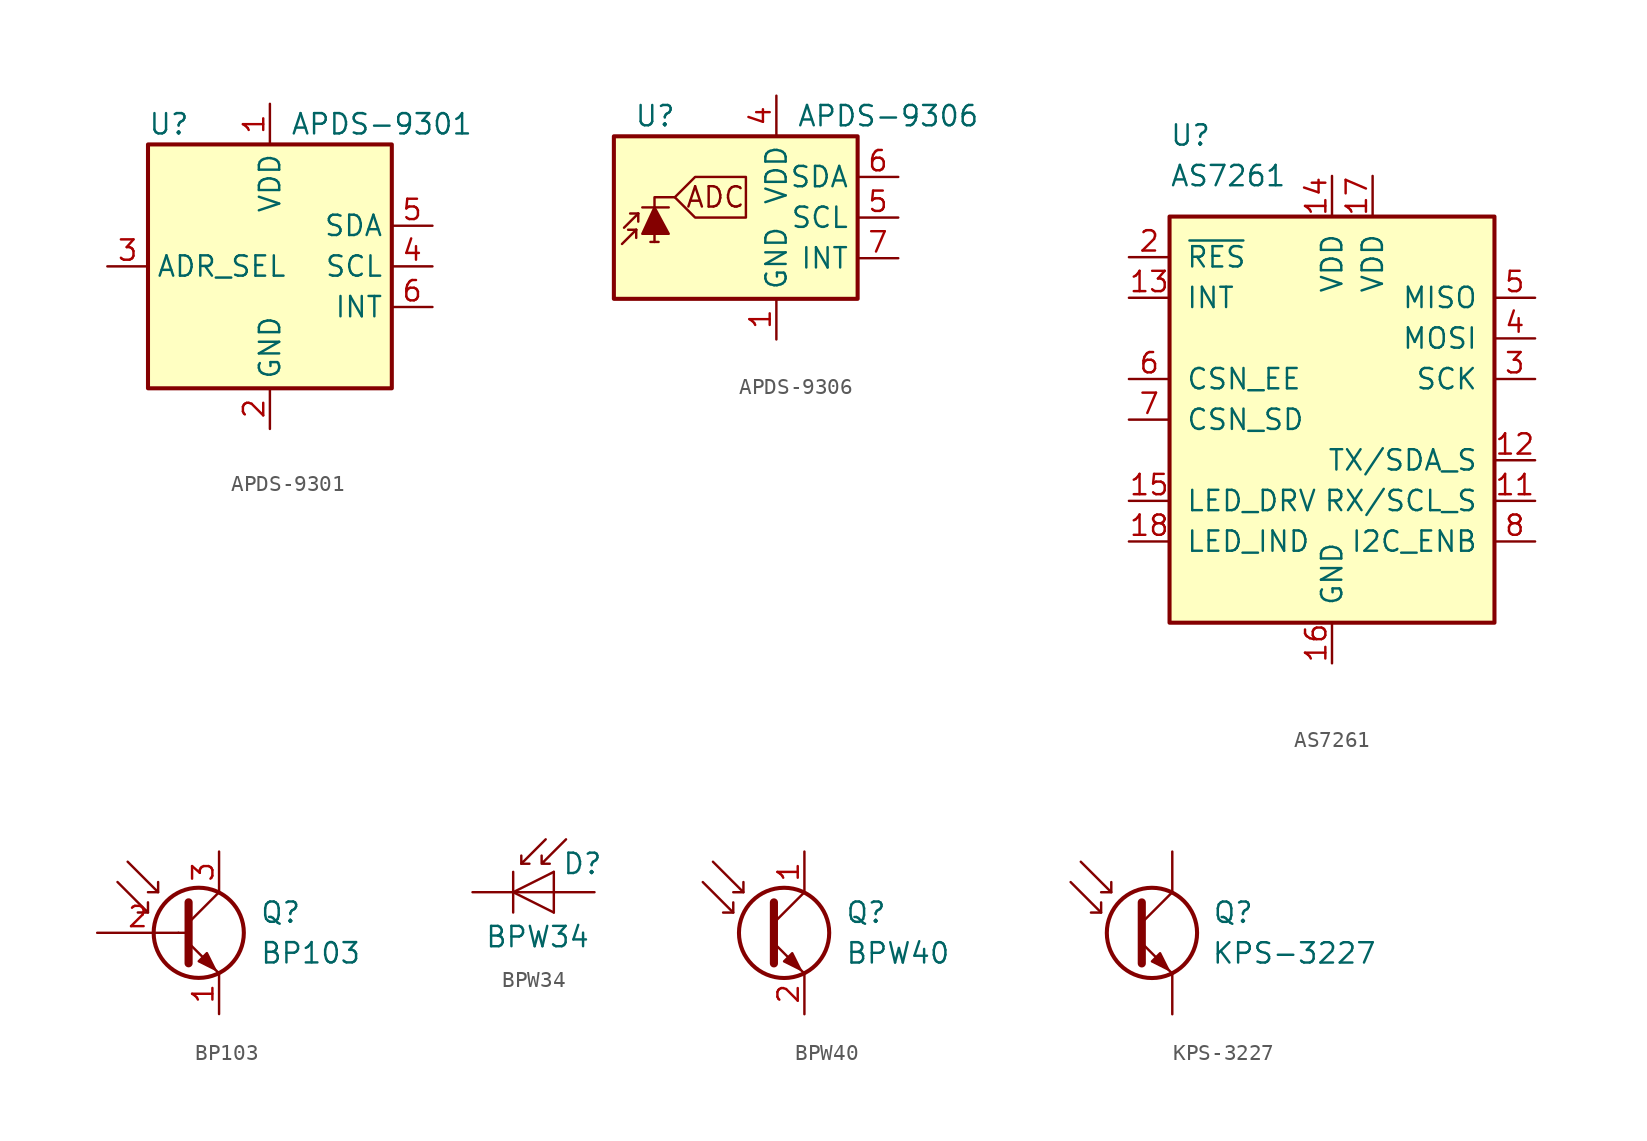
<source format=kicad_sym>
(kicad_symbol_lib
  (version 20231120)
  (generator "kicad_symbol_editor")
  (generator_version "8.0")
  (symbol "APDS-9301"
    (property "Reference" "U"
      (at -7.62 8.89 0)
      (effects (font (size 1.27 1.27)) (justify left)))
    (property "Value" "APDS-9301"
      (at 1.27 8.89 0)
      (effects (font (size 1.27 1.27)) (justify left)))
    (symbol "APDS-9301_0_1"
      (rectangle (start -7.62 7.62) (end 7.62 -7.62) (stroke (width 0.254) (type default)) (fill (type background))))
    (symbol "APDS-9301_1_1"
      (pin power_in line (at 0 10.16 270) (length 2.54) (name "VDD" (effects (font (size 1.27 1.27)))) (number "1" (effects (font (size 1.27 1.27)))))
      (pin power_in line (at 0 -10.16 90) (length 2.54) (name "GND" (effects (font (size 1.27 1.27)))) (number "2" (effects (font (size 1.27 1.27)))))
      (pin input line (at -10.16 0 0) (length 2.54) (name "ADR_SEL" (effects (font (size 1.27 1.27)))) (number "3" (effects (font (size 1.27 1.27)))))
      (pin input line (at 10.16 0 180) (length 2.54) (name "SCL" (effects (font (size 1.27 1.27)))) (number "4" (effects (font (size 1.27 1.27)))))
      (pin bidirectional line (at 10.16 2.54 180) (length 2.54) (name "SDA" (effects (font (size 1.27 1.27)))) (number "5" (effects (font (size 1.27 1.27)))))
      (pin open_collector line (at 10.16 -2.54 180) (length 2.54) (name "INT" (effects (font (size 1.27 1.27)))) (number "6" (effects (font (size 1.27 1.27)))))))
  (symbol "APDS-9306"
    (property "Reference" "U"
      (at -6.35 6.35 0)
      (effects (font (size 1.27 1.27)) (justify left)))
    (property "Value" "APDS-9306"
      (at 3.81 6.35 0)
      (effects (font (size 1.27 1.27)) (justify left)))
    (symbol "APDS-9306_0_0"
      (polyline (pts (xy -3.81 1.27) (xy -2.54 2.54) (xy 0.635 2.54) (xy 0.635 0) (xy -2.54 0) (xy -3.81 1.27)) (stroke (width 0) (type default)) (fill (type none)))
      (text "ADC" (at -1.27 1.27 0) (effects (font (size 1.27 1.27)))))
    (symbol "APDS-9306_0_1"
      (rectangle (start -7.62 5.08) (end 7.62 -5.08) (stroke (width 0.254) (type default)) (fill (type background))))
    (symbol "APDS-9306_1_0"
      (polyline (pts (xy -5.08 -1.524) (xy -5.08 1.27) (xy -3.81 1.27)) (stroke (width 0) (type default)) (fill (type none))))
    (symbol "APDS-9306_1_1"
      (polyline (pts (xy -6.223 -0.762) (xy -7.112 -1.651)) (stroke (width 0) (type default)) (fill (type none)))
      (polyline (pts (xy -6.223 -0.762) (xy -6.731 -0.762)) (stroke (width 0) (type default)) (fill (type none)))
      (polyline (pts (xy -6.223 -0.762) (xy -6.223 -1.27)) (stroke (width 0) (type default)) (fill (type none)))
      (polyline (pts (xy -6.096 0.254) (xy -6.985 -0.635)) (stroke (width 0) (type default)) (fill (type none)))
      (polyline (pts (xy -6.096 0.254) (xy -6.604 0.254)) (stroke (width 0) (type default)) (fill (type none)))
      (polyline (pts (xy -6.096 0.254) (xy -6.096 -0.254)) (stroke (width 0) (type default)) (fill (type none)))
      (polyline (pts (xy -5.842 0.635) (xy -4.191 0.635)) (stroke (width 0) (type default)) (fill (type none)))
      (polyline (pts (xy -4.826 -1.524) (xy -5.334 -1.524)) (stroke (width 0) (type default)) (fill (type none)))
      (polyline (pts (xy -5.842 -1.016) (xy -4.191 -1.016) (xy -5.08 0.635) (xy -5.842 -1.016)) (stroke (width 0) (type default)) (fill (type outline)))
      (pin power_in line (at 2.54 -7.62 90) (length 2.54) (name "GND" (effects (font (size 1.27 1.27)))) (number "1" (effects (font (size 1.27 1.27)))))
      (pin no_connect line (at -7.62 -5.08 0) (length 2.54) hide (name "NC" (effects (font (size 1.27 1.27)))) (number "2" (effects (font (size 1.27 1.27)))))
      (pin no_connect line (at -7.62 5.08 0) (length 2.54) hide (name "NC" (effects (font (size 1.27 1.27)))) (number "3" (effects (font (size 1.27 1.27)))))
      (pin power_in line (at 2.54 7.62 270) (length 2.54) (name "VDD" (effects (font (size 1.27 1.27)))) (number "4" (effects (font (size 1.27 1.27)))))
      (pin input line (at 10.16 0 180) (length 2.54) (name "SCL" (effects (font (size 1.27 1.27)))) (number "5" (effects (font (size 1.27 1.27)))))
      (pin bidirectional line (at 10.16 2.54 180) (length 2.54) (name "SDA" (effects (font (size 1.27 1.27)))) (number "6" (effects (font (size 1.27 1.27)))))
      (pin open_collector line (at 10.16 -2.54 180) (length 2.54) (name "INT" (effects (font (size 1.27 1.27)))) (number "7" (effects (font (size 1.27 1.27)))))
      (pin no_connect line (at -7.62 2.54 0) (length 2.54) hide (name "NC" (effects (font (size 1.27 1.27)))) (number "8" (effects (font (size 1.27 1.27)))))))
  (symbol "AS7261"
    (pin_names
      (offset 1.016))
    (property "Reference" "U"
      (at -10.16 17.78 0)
      (effects (font (size 1.27 1.27)) (justify left)))
    (property "Value" "AS7261"
      (at -10.16 15.24 0)
      (effects (font (size 1.27 1.27)) (justify left)))
    (symbol "AS7261_0_1"
      (rectangle (start -10.16 12.7) (end 10.16 -12.7) (stroke (width 0.254) (type default)) (fill (type background))))
    (symbol "AS7261_1_1"
      (pin no_connect line (at 10.16 10.16 180) (length 2.54) hide (name "NF" (effects (font (size 1.27 1.27)))) (number "1" (effects (font (size 1.27 1.27)))))
      (pin no_connect line (at -12.7 5.08 0) (length 2.54) hide (name "NF" (effects (font (size 1.27 1.27)))) (number "10" (effects (font (size 1.27 1.27)))))
      (pin input line (at 12.7 -5.08 180) (length 2.54) (name "RX/SCL_S" (effects (font (size 1.27 1.27)))) (number "11" (effects (font (size 1.27 1.27)))))
      (pin bidirectional line (at 12.7 -2.54 180) (length 2.54) (name "TX/SDA_S" (effects (font (size 1.27 1.27)))) (number "12" (effects (font (size 1.27 1.27)))))
      (pin input line (at -12.7 7.62 0) (length 2.54) (name "INT" (effects (font (size 1.27 1.27)))) (number "13" (effects (font (size 1.27 1.27)))))
      (pin power_in line (at 0 15.24 270) (length 2.54) (name "VDD" (effects (font (size 1.27 1.27)))) (number "14" (effects (font (size 1.27 1.27)))))
      (pin output line (at -12.7 -5.08 0) (length 2.54) (name "LED_DRV" (effects (font (size 1.27 1.27)))) (number "15" (effects (font (size 1.27 1.27)))))
      (pin power_in line (at 0 -15.24 90) (length 2.54) (name "GND" (effects (font (size 1.27 1.27)))) (number "16" (effects (font (size 1.27 1.27)))))
      (pin power_in line (at 2.54 15.24 270) (length 2.54) (name "VDD" (effects (font (size 1.27 1.27)))) (number "17" (effects (font (size 1.27 1.27)))))
      (pin output line (at -12.7 -7.62 0) (length 2.54) (name "LED_IND" (effects (font (size 1.27 1.27)))) (number "18" (effects (font (size 1.27 1.27)))))
      (pin no_connect line (at -10.16 -2.54 0) (length 2.54) hide (name "NF" (effects (font (size 1.27 1.27)))) (number "19" (effects (font (size 1.27 1.27)))))
      (pin input line (at -12.7 10.16 0) (length 2.54) (name "~{RES}" (effects (font (size 1.27 1.27)))) (number "2" (effects (font (size 1.27 1.27)))))
      (pin no_connect line (at -10.16 -10.16 0) (length 2.54) hide (name "NF" (effects (font (size 1.27 1.27)))) (number "20" (effects (font (size 1.27 1.27)))))
      (pin input line (at 12.7 2.54 180) (length 2.54) (name "SCK" (effects (font (size 1.27 1.27)))) (number "3" (effects (font (size 1.27 1.27)))))
      (pin bidirectional line (at 12.7 5.08 180) (length 2.54) (name "MOSI" (effects (font (size 1.27 1.27)))) (number "4" (effects (font (size 1.27 1.27)))))
      (pin bidirectional line (at 12.7 7.62 180) (length 2.54) (name "MISO" (effects (font (size 1.27 1.27)))) (number "5" (effects (font (size 1.27 1.27)))))
      (pin input line (at -12.7 2.54 0) (length 2.54) (name "CSN_EE" (effects (font (size 1.27 1.27)))) (number "6" (effects (font (size 1.27 1.27)))))
      (pin input line (at -12.7 0 0) (length 2.54) (name "CSN_SD" (effects (font (size 1.27 1.27)))) (number "7" (effects (font (size 1.27 1.27)))))
      (pin input line (at 12.7 -7.62 180) (length 2.54) (name "I2C_ENB" (effects (font (size 1.27 1.27)))) (number "8" (effects (font (size 1.27 1.27)))))
      (pin no_connect line (at 10.16 -10.16 180) (length 2.54) hide (name "NF" (effects (font (size 1.27 1.27)))) (number "9" (effects (font (size 1.27 1.27)))))))
  (symbol "BP103"
    (pin_names
      (offset 0) hide)
    (property "Reference" "Q"
      (at 5.08 1.27 0)
      (effects (font (size 1.27 1.27)) (justify left)))
    (property "Value" "BP103"
      (at 5.08 -1.27 0)
      (effects (font (size 1.27 1.27)) (justify left)))
    (symbol "BP103_0_0"
      (polyline (pts (xy 0 0) (xy 0.635 0)) (stroke (width 0) (type default)) (fill (type none))))
    (symbol "BP103_0_1"
      (polyline (pts (xy -1.905 1.27) (xy -2.54 1.27)) (stroke (width 0) (type default)) (fill (type none)))
      (polyline (pts (xy -1.27 2.54) (xy -1.905 2.54)) (stroke (width 0) (type default)) (fill (type none)))
      (polyline (pts (xy 0.635 0.635) (xy 2.54 2.54)) (stroke (width 0) (type default)) (fill (type none)))
      (polyline (pts (xy -3.81 3.175) (xy -1.905 1.27) (xy -1.905 1.905)) (stroke (width 0) (type default)) (fill (type none)))
      (polyline (pts (xy -3.175 4.445) (xy -1.27 2.54) (xy -1.27 3.175)) (stroke (width 0) (type default)) (fill (type none)))
      (polyline (pts (xy 0.635 -0.635) (xy 2.54 -2.54) (xy 2.54 -2.54)) (stroke (width 0) (type default)) (fill (type none)))
      (polyline (pts (xy 0.635 1.905) (xy 0.635 -1.905) (xy 0.635 -1.905)) (stroke (width 0.508) (type default)) (fill (type none)))
      (polyline (pts (xy 1.27 -1.778) (xy 1.778 -1.27) (xy 2.286 -2.286) (xy 1.27 -1.778) (xy 1.27 -1.778)) (stroke (width 0) (type default)) (fill (type outline)))
      (circle (center 1.27 0) (radius 2.819) (stroke (width 0.254) (type default)) (fill (type none))))
    (symbol "BP103_1_1"
      (pin passive line (at 2.54 -5.08 90) (length 2.54) (name "E" (effects (font (size 1.27 1.27)))) (number "1" (effects (font (size 1.27 1.27)))))
      (pin input line (at -5.08 0 0) (length 5.08) (name "B" (effects (font (size 1.27 1.27)))) (number "2" (effects (font (size 1.27 1.27)))))
      (pin passive line (at 2.54 5.08 270) (length 2.54) (name "C" (effects (font (size 1.27 1.27)))) (number "3" (effects (font (size 1.27 1.27)))))))
  (symbol "BPW34"
    (pin_numbers hide)
    (pin_names
      (offset 1.016) hide)
    (property "Reference" "D"
      (at 0.508 1.778 0)
      (effects (font (size 1.27 1.27)) (justify left)))
    (property "Value" "BPW34"
      (at -1.016 -2.794 0)
      (effects (font (size 1.27 1.27))))
    (symbol "BPW34_0_1"
      (polyline (pts (xy -2.54 1.27) (xy -2.54 -1.27)) (stroke (width 0.152) (type default)) (fill (type none)))
      (polyline (pts (xy -2.032 1.778) (xy -1.524 1.778)) (stroke (width 0) (type default)) (fill (type none)))
      (polyline (pts (xy 0 -1.27) (xy 0 1.27)) (stroke (width 0) (type default)) (fill (type none)))
      (polyline (pts (xy 0 0) (xy -2.54 0)) (stroke (width 0) (type default)) (fill (type none)))
      (polyline (pts (xy -0.508 3.302) (xy -2.032 1.778) (xy -2.032 2.286)) (stroke (width 0) (type default)) (fill (type none)))
      (polyline (pts (xy 0 1.27) (xy -2.54 0) (xy 0 -1.27)) (stroke (width 0) (type default)) (fill (type none)))
      (polyline (pts (xy 0.762 3.302) (xy -0.762 1.778) (xy -0.762 2.286) (xy -0.762 1.778) (xy -0.254 1.778)) (stroke (width 0) (type default)) (fill (type none))))
    (symbol "BPW34_1_1"
      (pin passive line (at -5.08 0 0) (length 2.54) (name "K" (effects (font (size 1.27 1.27)))) (number "1" (effects (font (size 1.27 1.27)))))
      (pin passive line (at 2.54 0 180) (length 2.54) (name "A" (effects (font (size 1.27 1.27)))) (number "2" (effects (font (size 1.27 1.27)))))))
  (symbol "BPW40"
    (pin_names
      (offset 0) hide)
    (property "Reference" "Q"
      (at 5.08 1.27 0)
      (effects (font (size 1.27 1.27)) (justify left)))
    (property "Value" "BPW40"
      (at 5.08 -1.27 0)
      (effects (font (size 1.27 1.27)) (justify left)))
    (symbol "BPW40_0_1"
      (polyline (pts (xy -1.905 1.27) (xy -2.54 1.27)) (stroke (width 0) (type default)) (fill (type none)))
      (polyline (pts (xy -1.27 2.54) (xy -1.905 2.54)) (stroke (width 0) (type default)) (fill (type none)))
      (polyline (pts (xy 0.635 0.635) (xy 2.54 2.54)) (stroke (width 0) (type default)) (fill (type none)))
      (polyline (pts (xy -3.81 3.175) (xy -1.905 1.27) (xy -1.905 1.905)) (stroke (width 0) (type default)) (fill (type none)))
      (polyline (pts (xy -3.175 4.445) (xy -1.27 2.54) (xy -1.27 3.175)) (stroke (width 0) (type default)) (fill (type none)))
      (polyline (pts (xy 0.635 -0.635) (xy 2.54 -2.54) (xy 2.54 -2.54)) (stroke (width 0) (type default)) (fill (type none)))
      (polyline (pts (xy 0.635 1.905) (xy 0.635 -1.905) (xy 0.635 -1.905)) (stroke (width 0.508) (type default)) (fill (type none)))
      (polyline (pts (xy 1.27 -1.778) (xy 1.778 -1.27) (xy 2.286 -2.286) (xy 1.27 -1.778) (xy 1.27 -1.778)) (stroke (width 0) (type default)) (fill (type outline)))
      (circle (center 1.27 0) (radius 2.819) (stroke (width 0.254) (type default)) (fill (type none))))
    (symbol "BPW40_1_1"
      (pin passive line (at 2.54 5.08 270) (length 2.54) (name "C" (effects (font (size 1.27 1.27)))) (number "1" (effects (font (size 1.27 1.27)))))
      (pin passive line (at 2.54 -5.08 90) (length 2.54) (name "E" (effects (font (size 1.27 1.27)))) (number "2" (effects (font (size 1.27 1.27)))))))
  (symbol "KPS-3227"
    (pin_numbers hide)
    (property "Reference" "Q"
      (at 3.81 1.27 0)
      (effects (font (size 1.27 1.27))))
    (property "Value" "KPS-3227"
      (at 7.62 -1.27 0)
      (effects (font (size 1.27 1.27))))
    (symbol "KPS-3227_1_1"
      (circle (center -1.27 0) (radius 2.819) (stroke (width 0.254) (type default)) (fill (type none)))
      (polyline (pts (xy -4.445 1.27) (xy -5.08 1.27)) (stroke (width 0) (type default)) (fill (type none)))
      (polyline (pts (xy -3.81 2.54) (xy -4.445 2.54)) (stroke (width 0) (type default)) (fill (type none)))
      (polyline (pts (xy -1.905 0.635) (xy 0 2.54)) (stroke (width 0) (type default)) (fill (type none)))
      (polyline (pts (xy -6.35 3.175) (xy -4.445 1.27) (xy -4.445 1.905)) (stroke (width 0) (type default)) (fill (type none)))
      (polyline (pts (xy -5.715 4.445) (xy -3.81 2.54) (xy -3.81 3.175)) (stroke (width 0) (type default)) (fill (type none)))
      (polyline (pts (xy -1.905 -0.635) (xy 0 -2.54) (xy 0 -2.54)) (stroke (width 0) (type default)) (fill (type none)))
      (polyline (pts (xy -1.905 1.905) (xy -1.905 -1.905) (xy -1.905 -1.905)) (stroke (width 0.508) (type default)) (fill (type none)))
      (polyline (pts (xy -1.27 -1.778) (xy -0.762 -1.27) (xy -0.254 -2.286) (xy -1.27 -1.778) (xy -1.27 -1.778)) (stroke (width 0) (type default)) (fill (type outline)))
      (pin passive line (at 0 5.08 270) (length 2.54) (name "~" (effects (font (size 1.27 1.27)))) (number "1" (effects (font (size 1.27 1.27)))))
      (pin passive line (at 0 -5.08 90) (length 2.54) (name "~" (effects (font (size 1.27 1.27)))) (number "2" (effects (font (size 1.27 1.27)))))
      (pin passive line (at 0 5.08 270) (length 2.54) hide (name "~" (effects (font (size 1.27 1.27)))) (number "3" (effects (font (size 1.27 1.27)))))
      (pin passive line (at 0 -5.08 90) (length 2.54) hide (name "~" (effects (font (size 1.27 1.27)))) (number "4" (effects (font (size 1.27 1.27))))))))
</source>
